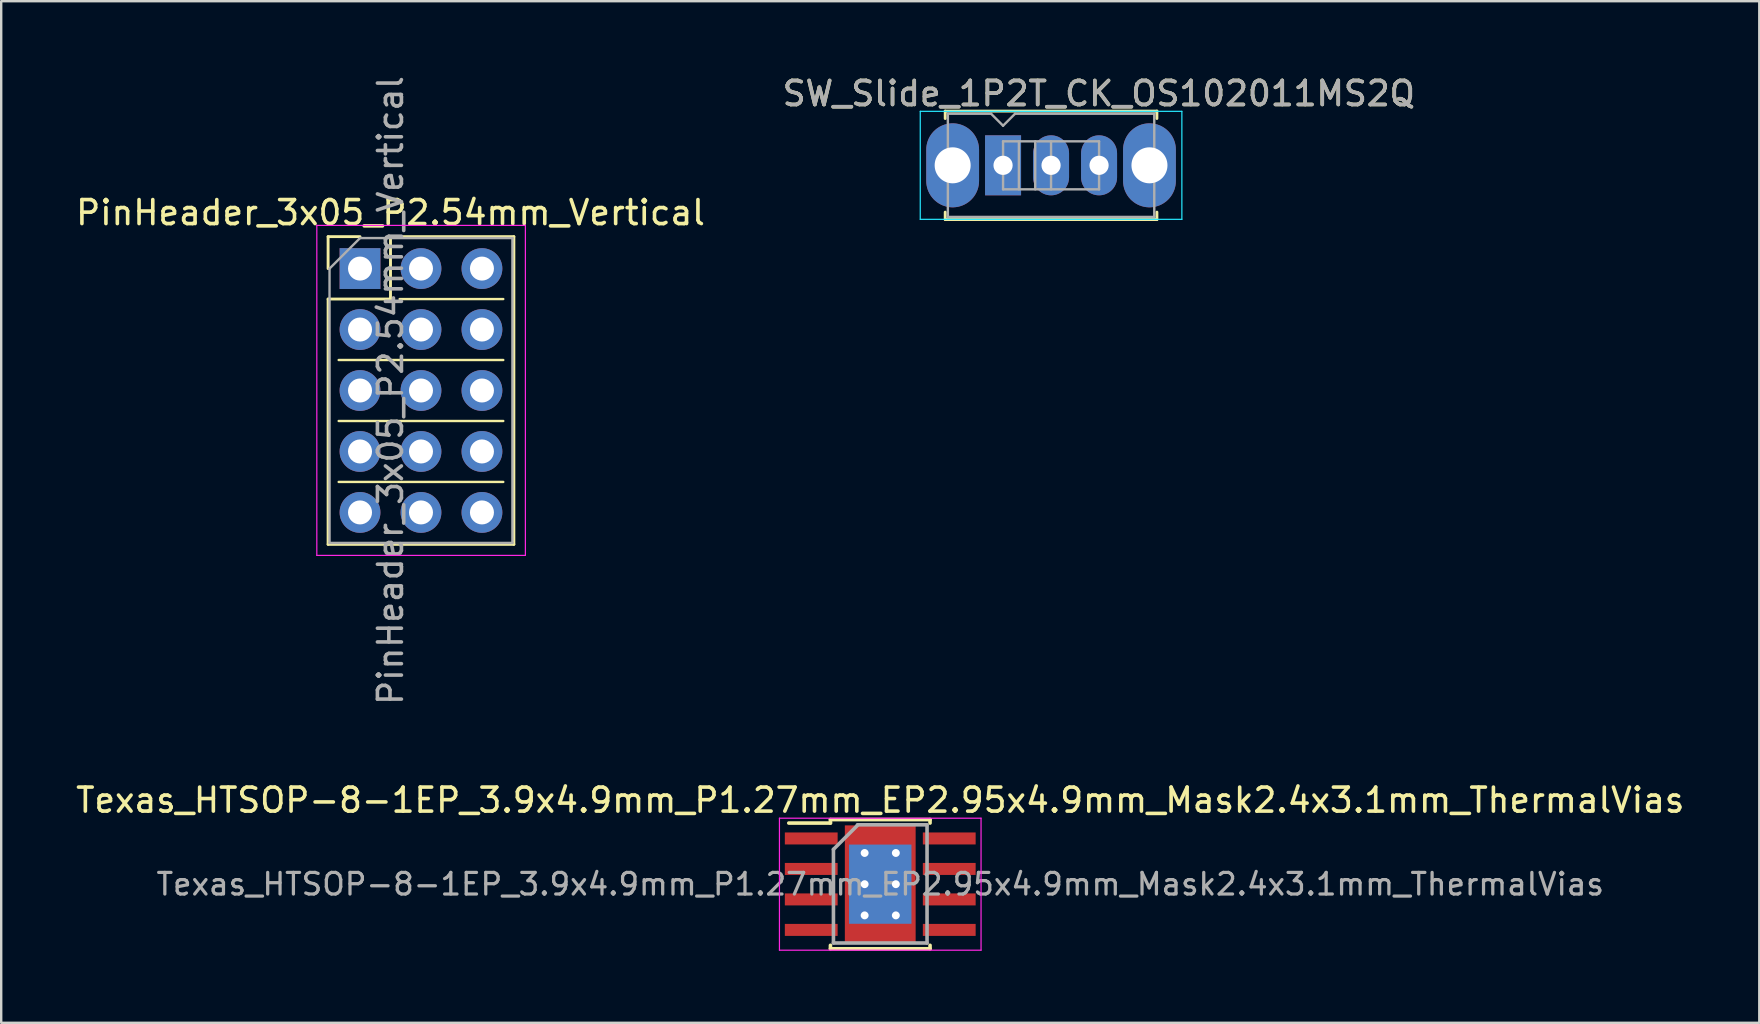
<source format=kicad_pcb>
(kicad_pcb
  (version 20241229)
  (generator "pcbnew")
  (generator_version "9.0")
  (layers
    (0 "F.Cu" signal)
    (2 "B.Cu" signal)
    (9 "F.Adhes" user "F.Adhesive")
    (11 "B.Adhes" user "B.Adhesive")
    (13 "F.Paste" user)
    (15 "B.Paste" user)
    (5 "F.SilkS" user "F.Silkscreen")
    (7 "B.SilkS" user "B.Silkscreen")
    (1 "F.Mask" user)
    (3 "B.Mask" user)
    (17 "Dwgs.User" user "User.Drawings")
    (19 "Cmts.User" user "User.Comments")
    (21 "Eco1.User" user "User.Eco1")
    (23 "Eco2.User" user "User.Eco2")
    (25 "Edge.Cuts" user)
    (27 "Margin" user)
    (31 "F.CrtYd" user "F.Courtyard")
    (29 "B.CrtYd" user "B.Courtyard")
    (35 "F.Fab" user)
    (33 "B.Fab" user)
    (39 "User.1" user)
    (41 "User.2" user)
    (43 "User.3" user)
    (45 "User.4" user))
  (footprint "SW_Slide_1P2T_CK_OS102011MS2Q"
    (layer "F.Cu")
    (at 38.742 3.838)
    (property "Reference" "SW_Slide_1P2T_CK_OS102011MS2Q" (at 3.99 -2.99 0) (layer "F.SilkS") (effects (font (size 1 1) (thickness 0.15))))
    (attr through_hole)
    (fp_line (start -2.41 -2.26) (end 6.41 -2.26) (stroke (width 0.12) (type solid)) (layer "F.SilkS"))
    (fp_line (start -2.41 -1.95) (end -2.41 -2.26) (stroke (width 0.12) (type solid)) (layer "F.SilkS"))
    (fp_line (start -2.41 2.26) (end -2.41 1.95) (stroke (width 0.12) (type solid)) (layer "F.SilkS"))
    (fp_line (start 6.41 -2.26) (end 6.41 -1.95) (stroke (width 0.12) (type solid)) (layer "F.SilkS"))
    (fp_line (start 6.41 2.26) (end -2.41 2.26) (stroke (width 0.12) (type solid)) (layer "F.SilkS"))
    (fp_line (start 6.41 2.26) (end 6.41 1.95) (stroke (width 0.12) (type solid)) (layer "F.SilkS"))
    (fp_line (start -3.45 -2.25) (end 7.45 -2.25) (stroke (width 0.05) (type solid)) (layer "B.CrtYd"))
    (fp_line (start -3.45 2.25) (end -3.45 -2.25) (stroke (width 0.05) (type solid)) (layer "B.CrtYd"))
    (fp_line (start 7.45 -2.25) (end 7.45 2.25) (stroke (width 0.05) (type solid)) (layer "B.CrtYd"))
    (fp_line (start 7.45 2.25) (end -3.45 2.25) (stroke (width 0.05) (type solid)) (layer "B.CrtYd"))
    (fp_line (start -2.3 -2.15) (end -0.5 -2.15) (stroke (width 0.1) (type solid)) (layer "F.Fab"))
    (fp_line (start -2.3 2.15) (end -2.3 -2.15) (stroke (width 0.1) (type solid)) (layer "F.Fab"))
    (fp_line (start -0.5 -2.15) (end 0 -1.65) (stroke (width 0.1) (type solid)) (layer "F.Fab"))
    (fp_line (start 0 -1.65) (end 0.5 -2.15) (stroke (width 0.1) (type solid)) (layer "F.Fab"))
    (fp_line (start 0 -1) (end 0 1) (stroke (width 0.1) (type solid)) (layer "F.Fab"))
    (fp_line (start 0 -1) (end 4 -1) (stroke (width 0.1) (type solid)) (layer "F.Fab"))
    (fp_line (start 0 1) (end 4 1) (stroke (width 0.1) (type solid)) (layer "F.Fab"))
    (fp_line (start 0.5 -2.15) (end 6.3 -2.15) (stroke (width 0.1) (type solid)) (layer "F.Fab"))
    (fp_line (start 0.66 -1) (end 0.66 1) (stroke (width 0.1) (type solid)) (layer "F.Fab"))
    (fp_line (start 1.34 -1) (end 1.34 1) (stroke (width 0.1) (type solid)) (layer "F.Fab"))
    (fp_line (start 2 -1) (end 2 1) (stroke (width 0.1) (type solid)) (layer "F.Fab"))
    (fp_line (start 4 -1) (end 4 1) (stroke (width 0.1) (type solid)) (layer "F.Fab"))
    (fp_line (start 6.3 -2.15) (end 6.3 2.15) (stroke (width 0.1) (type solid)) (layer "F.Fab"))
    (fp_line (start 6.3 2.15) (end -2.3 2.15) (stroke (width 0.1) (type solid)) (layer "F.Fab"))
    (fp_text user "${REFERENCE}" (at 3.99 -2.99 0) (layer "F.Fab") (effects (font (size 1 1) (thickness 0.15))))
    (pad "" thru_hole oval (at -2.1 0) (size 2.2 3.5) (drill 1.5) (layers "*.Cu" "*.Mask"))
    (pad "" thru_hole oval (at 6.1 0) (size 2.2 3.5) (drill 1.5) (layers "*.Cu" "*.Mask"))
    (pad "1" thru_hole rect (at 0 0) (size 1.5 2.5) (drill 0.8) (layers "*.Cu" "*.Mask"))
    (pad "2" thru_hole oval (at 2 0) (size 1.5 2.5) (drill 0.8) (layers "*.Cu" "*.Mask"))
    (pad "3" thru_hole oval (at 4 0) (size 1.5 2.5) (drill 0.8) (layers "*.Cu" "*.Mask")))
  (footprint "PinHeader_3x05_P2.54mm_Vertical"
    (layer "F.Cu")
    (at 11.95 8.14)
    (property "Reference" "PinHeader_3x05_P2.54mm_Vertical" (at 1.27 -2.33 0) (layer "F.SilkS") (effects (font (size 1 1) (thickness 0.15))))
    (attr through_hole)
    (fp_line (start -1.33 -1.33) (end 0 -1.33) (stroke (width 0.12) (type solid)) (layer "F.SilkS"))
    (fp_line (start -1.33 0) (end -1.33 -1.33) (stroke (width 0.12) (type solid)) (layer "F.SilkS"))
    (fp_line (start -1.33 1.27) (end -1.33 11.49) (stroke (width 0.12) (type solid)) (layer "F.SilkS"))
    (fp_line (start -1.33 1.27) (end 1.27 1.27) (stroke (width 0.12) (type solid)) (layer "F.SilkS"))
    (fp_line (start -1.33 11.49) (end 6.41 11.49) (stroke (width 0.12) (type solid)) (layer "F.SilkS"))
    (fp_line (start 1.27 -1.33) (end 6.41 -1.33) (stroke (width 0.12) (type solid)) (layer "F.SilkS"))
    (fp_line (start 1.27 1.27) (end 1.27 -1.33) (stroke (width 0.12) (type solid)) (layer "F.SilkS"))
    (fp_line (start 5.969 1.27) (end 1.651 1.27) (stroke (width 0.1) (type default)) (layer "F.SilkS"))
    (fp_line (start 5.969 3.81) (end -0.889 3.81) (stroke (width 0.1) (type default)) (layer "F.SilkS"))
    (fp_line (start 5.969 6.35) (end -0.889 6.35) (stroke (width 0.1) (type default)) (layer "F.SilkS"))
    (fp_line (start 5.969 8.89) (end -0.889 8.89) (stroke (width 0.1) (type default)) (layer "F.SilkS"))
    (fp_line (start 6.41 -1.33) (end 6.41 11.49) (stroke (width 0.12) (type solid)) (layer "F.SilkS"))
    (fp_line (start -1.8 -1.8) (end -1.8 11.95) (stroke (width 0.05) (type solid)) (layer "F.CrtYd"))
    (fp_line (start -1.8 11.95) (end 6.89 11.95) (stroke (width 0.05) (type solid)) (layer "F.CrtYd"))
    (fp_line (start 6.89 -1.8) (end -1.8 -1.8) (stroke (width 0.05) (type solid)) (layer "F.CrtYd"))
    (fp_line (start 6.89 11.95) (end 6.89 -1.8) (stroke (width 0.05) (type solid)) (layer "F.CrtYd"))
    (fp_line (start -1.27 0) (end 0 -1.27) (stroke (width 0.1) (type solid)) (layer "F.Fab"))
    (fp_line (start -1.27 11.43) (end -1.27 0) (stroke (width 0.1) (type solid)) (layer "F.Fab"))
    (fp_line (start 0 -1.27) (end 6.35 -1.27) (stroke (width 0.1) (type solid)) (layer "F.Fab"))
    (fp_line (start 6.35 -1.27) (end 6.35 11.43) (stroke (width 0.1) (type solid)) (layer "F.Fab"))
    (fp_line (start 6.35 11.43) (end -1.27 11.43) (stroke (width 0.1) (type solid)) (layer "F.Fab"))
    (fp_text user "${REFERENCE}" (at 1.27 5.08 90) (layer "F.Fab") (effects (font (size 1 1) (thickness 0.15))))
    (pad "1" thru_hole rect (at 0 0) (size 1.7 1.7) (drill 1) (layers "*.Cu" "*.Mask"))
    (pad "2" thru_hole oval (at 0 2.54) (size 1.7 1.7) (drill 1) (layers "*.Cu" "*.Mask"))
    (pad "3" thru_hole oval (at 0 5.08) (size 1.7 1.7) (drill 1) (layers "*.Cu" "*.Mask"))
    (pad "4" thru_hole oval (at 0 7.62) (size 1.7 1.7) (drill 1) (layers "*.Cu" "*.Mask"))
    (pad "5" thru_hole oval (at 0 10.16) (size 1.7 1.7) (drill 1) (layers "*.Cu" "*.Mask"))
    (pad "6" thru_hole oval (at 2.54 0) (size 1.7 1.7) (drill 1) (layers "*.Cu" "*.Mask"))
    (pad "7" thru_hole oval (at 2.54 2.54) (size 1.7 1.7) (drill 1) (layers "*.Cu" "*.Mask"))
    (pad "8" thru_hole oval (at 2.54 5.08) (size 1.7 1.7) (drill 1) (layers "*.Cu" "*.Mask"))
    (pad "9" thru_hole oval (at 2.54 7.62) (size 1.7 1.7) (drill 1) (layers "*.Cu" "*.Mask"))
    (pad "10" thru_hole oval (at 2.54 10.16) (size 1.7 1.7) (drill 1) (layers "*.Cu" "*.Mask"))
    (pad "11" thru_hole oval (at 5.08 0) (size 1.7 1.7) (drill 1) (layers "*.Cu" "*.Mask"))
    (pad "12" thru_hole oval (at 5.08 2.54) (size 1.7 1.7) (drill 1) (layers "*.Cu" "*.Mask"))
    (pad "13" thru_hole oval (at 5.08 5.08) (size 1.7 1.7) (drill 1) (layers "*.Cu" "*.Mask"))
    (pad "14" thru_hole oval (at 5.08 7.62) (size 1.7 1.7) (drill 1) (layers "*.Cu" "*.Mask"))
    (pad "15" thru_hole oval (at 5.08 10.16) (size 1.7 1.7) (drill 1) (layers "*.Cu" "*.Mask")))
  (footprint "Texas_HTSOP-8-1EP_3.9x4.9mm_P1.27mm_EP2.95x4.9mm_Mask2.4x3.1mm_ThermalVias"
    (layer "F.Cu")
    (at 33.625 33.789)
    (property "Reference" "Texas_HTSOP-8-1EP_3.9x4.9mm_P1.27mm_EP2.95x4.9mm_Mask2.4x3.1mm_ThermalVias" (at 0 -3.5 0) (layer "F.SilkS") (effects (font (size 1 1) (thickness 0.15))))
    (attr smd)
    (fp_line (start -2.075 -2.692) (end -2.075 -2.547) (stroke (width 0.15) (type solid)) (layer "F.SilkS"))
    (fp_line (start -2.075 -2.692) (end 2.075 -2.692) (stroke (width 0.15) (type solid)) (layer "F.SilkS"))
    (fp_line (start -2.075 -2.547) (end -3.81 -2.547) (stroke (width 0.15) (type default)) (layer "F.SilkS"))
    (fp_line (start -2.075 2.692) (end -2.075 2.547) (stroke (width 0.15) (type solid)) (layer "F.SilkS"))
    (fp_line (start -2.075 2.692) (end 2.075 2.692) (stroke (width 0.15) (type solid)) (layer "F.SilkS"))
    (fp_line (start 2.075 -2.692) (end 2.075 -2.547) (stroke (width 0.15) (type solid)) (layer "F.SilkS"))
    (fp_line (start 2.075 2.692) (end 2.075 2.547) (stroke (width 0.15) (type solid)) (layer "F.SilkS"))
    (fp_line (start -4.2 -2.75) (end -4.2 2.75) (stroke (width 0.05) (type solid)) (layer "F.CrtYd"))
    (fp_line (start -4.2 -2.75) (end 4.2 -2.75) (stroke (width 0.05) (type solid)) (layer "F.CrtYd"))
    (fp_line (start -4.2 2.75) (end 4.2 2.75) (stroke (width 0.05) (type solid)) (layer "F.CrtYd"))
    (fp_line (start 4.2 -2.75) (end 4.2 2.75) (stroke (width 0.05) (type solid)) (layer "F.CrtYd"))
    (fp_line (start -1.95 -1.45) (end -0.95 -2.45) (stroke (width 0.15) (type solid)) (layer "F.Fab"))
    (fp_line (start -1.95 2.45) (end -1.95 -1.45) (stroke (width 0.15) (type solid)) (layer "F.Fab"))
    (fp_line (start -0.95 -2.475) (end 1.95 -2.475) (stroke (width 0.15) (type solid)) (layer "F.Fab"))
    (fp_line (start 1.95 -2.45) (end 1.95 2.45) (stroke (width 0.15) (type solid)) (layer "F.Fab"))
    (fp_line (start 1.95 2.45) (end -1.95 2.45) (stroke (width 0.15) (type solid)) (layer "F.Fab"))
    (fp_text user "${REFERENCE}" (at 0 0 0) (layer "F.Fab") (effects (font (size 0.9 0.9) (thickness 0.135))))
    (pad "" smd rect (at 0 0) (size 2.4 3.1) (layers "F.Mask"))
    (pad "" smd rect (at 0 0) (size 2.4 3.1) (layers "F.Paste"))
    (pad "1" smd rect (at -2.875 -1.905) (size 2.2 0.5) (layers "F.Cu" "F.Mask" "F.Paste"))
    (pad "2" smd rect (at -2.875 -0.635) (size 2.2 0.5) (layers "F.Cu" "F.Mask" "F.Paste"))
    (pad "3" smd rect (at -2.875 0.635) (size 2.2 0.5) (layers "F.Cu" "F.Mask" "F.Paste"))
    (pad "4" smd rect (at -2.875 1.905) (size 2.2 0.5) (layers "F.Cu" "F.Mask" "F.Paste"))
    (pad "5" smd rect (at 2.875 1.905) (size 2.2 0.5) (layers "F.Cu" "F.Mask" "F.Paste"))
    (pad "6" smd rect (at 2.875 0.635) (size 2.2 0.5) (layers "F.Cu" "F.Mask" "F.Paste"))
    (pad "7" smd rect (at 2.875 -0.635) (size 2.2 0.5) (layers "F.Cu" "F.Mask" "F.Paste"))
    (pad "8" smd rect (at 2.875 -1.905) (size 2.2 0.5) (layers "F.Cu" "F.Mask" "F.Paste"))
    (pad "9" thru_hole circle (at -0.65 -1.3) (size 0.63 0.63) (drill 0.33) (layers "*.Cu" "*.Mask"))
    (pad "9" thru_hole circle (at -0.65 0) (size 0.63 0.63) (drill 0.33) (layers "*.Cu" "*.Mask"))
    (pad "9" thru_hole circle (at -0.65 1.3) (size 0.63 0.63) (drill 0.33) (layers "*.Cu" "*.Mask"))
    (pad "9" smd rect (at 0 0) (size 2.6 3.3) (layers "B.Cu"))
    (pad "9" smd rect (at 0 0) (size 2.95 4.9) (layers "F.Cu"))
    (pad "9" thru_hole circle (at 0.65 -1.3) (size 0.63 0.63) (drill 0.33) (layers "*.Cu" "*.Mask"))
    (pad "9" thru_hole circle (at 0.65 0) (size 0.63 0.63) (drill 0.33) (layers "*.Cu" "*.Mask"))
    (pad "9" thru_hole circle (at 0.65 1.3) (size 0.63 0.63) (drill 0.33) (layers "*.Cu" "*.Mask")))
  (gr_rect
    (start -3 -3)
    (end 70.25 39.564)
    (stroke (width 0.1) (type default))
    (fill no)
    (layer "Edge.Cuts")))
</source>
